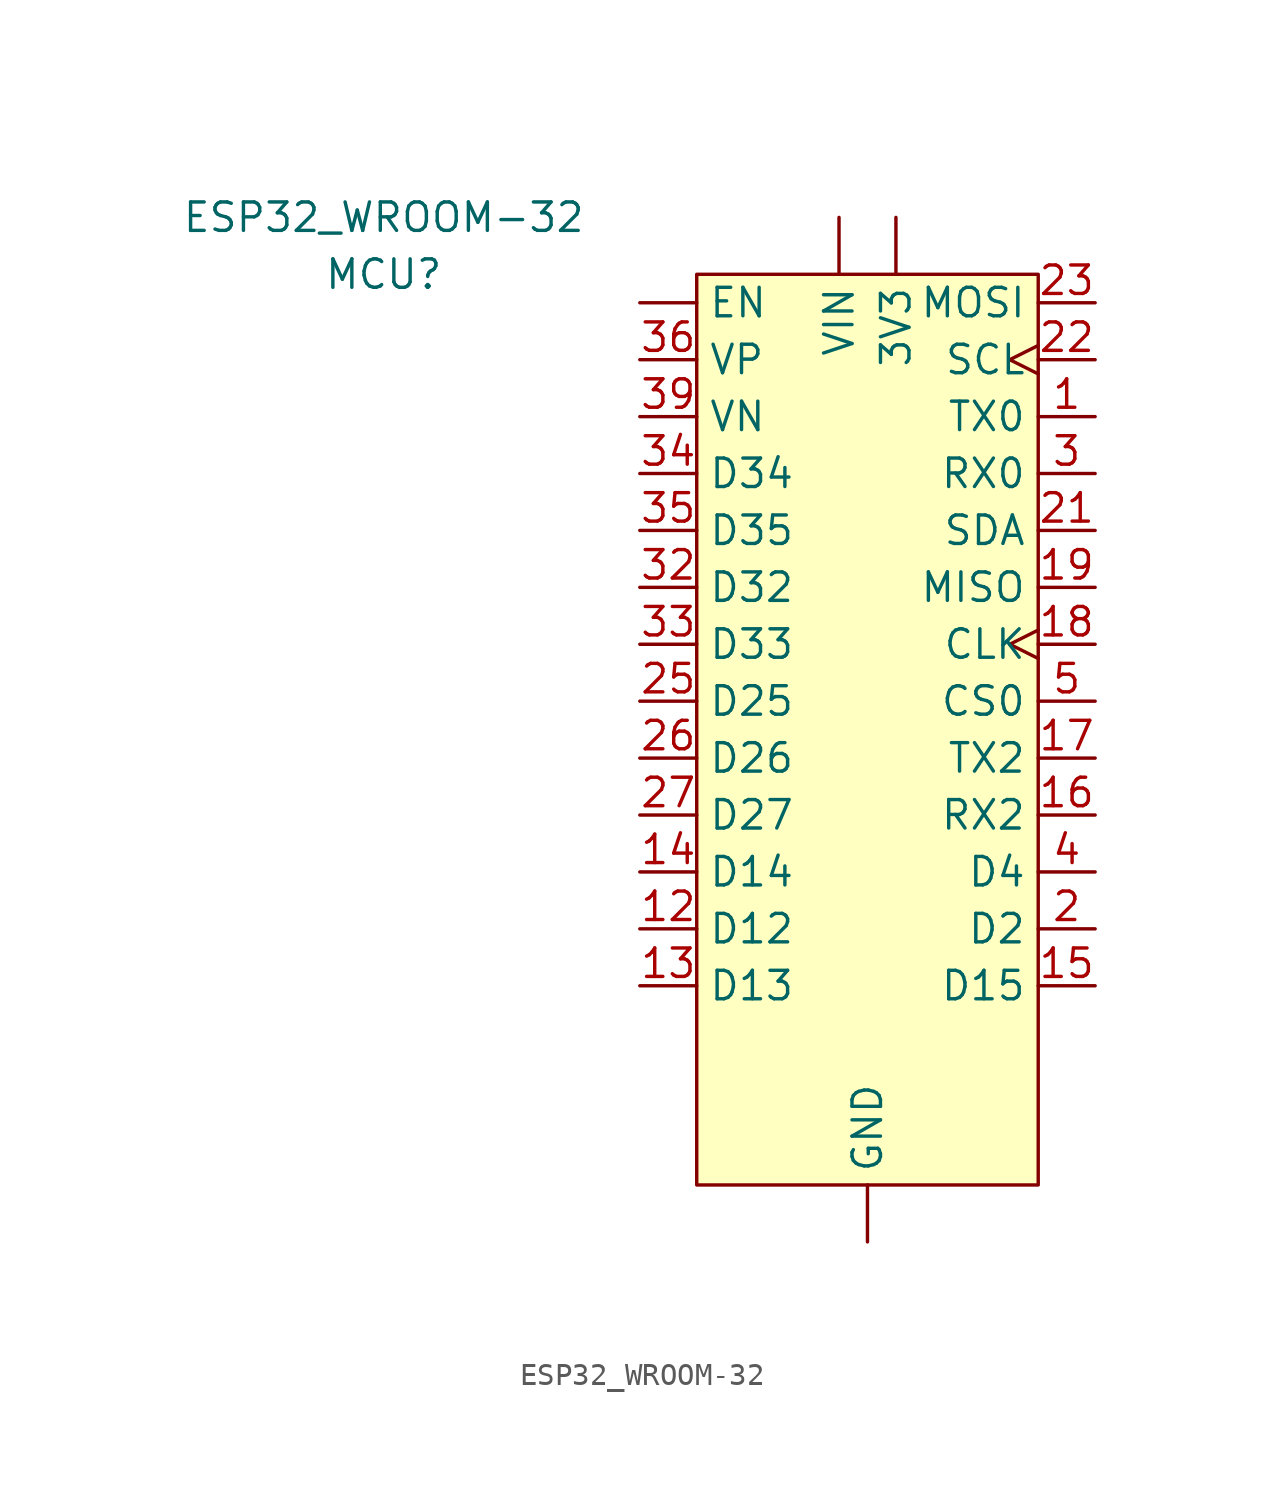
<source format=kicad_sym>
(kicad_symbol_lib
  (version 20211014)
  (generator kicad_symbol_editor)
  (symbol "ESP32_WROOM-32"
    (property "Reference" "MCU"
      (at -21.59 20.32 0)
      (effects (font (size 1.27 1.27))))
    (property "Value" "ESP32_WROOM-32"
      (at -21.59 22.86 0)
      (effects (font (size 1.27 1.27))))
    (symbol "ESP32_WROOM-32_0_1"
      (rectangle (start -7.62 20.32) (end 7.62 -20.32) (stroke (width 0) (type default) (color 0 0 0 0)) (fill (type background))))
    (symbol "ESP32_WROOM-32_1_1"
      (pin power_out line (at 1.27 22.86 270) (length 2.54) (name "3V3" (effects (font (size 1.27 1.27)))) (number "" (effects (font (size 1.27 1.27)))))
      (pin input line (at -10.16 19.05 0) (length 2.54) (name "EN" (effects (font (size 1.27 1.27)))) (number "" (effects (font (size 1.27 1.27)))))
      (pin power_in line (at 0 -22.86 90) (length 2.54) (name "GND" (effects (font (size 1.27 1.27)))) (number "" (effects (font (size 1.27 1.27)))))
      (pin power_in line (at -1.27 22.86 270) (length 2.54) (name "VIN" (effects (font (size 1.27 1.27)))) (number "" (effects (font (size 1.27 1.27)))))
      (pin bidirectional line (at 10.16 13.97 180) (length 2.54) (name "TX0" (effects (font (size 1.27 1.27)))) (number "1" (effects (font (size 1.27 1.27)))))
      (pin bidirectional line (at -10.16 -8.89 0) (length 2.54) (name "D12" (effects (font (size 1.27 1.27)))) (number "12" (effects (font (size 1.27 1.27)))))
      (pin bidirectional line (at -10.16 -11.43 0) (length 2.54) (name "D13" (effects (font (size 1.27 1.27)))) (number "13" (effects (font (size 1.27 1.27)))))
      (pin bidirectional line (at -10.16 -6.35 0) (length 2.54) (name "D14" (effects (font (size 1.27 1.27)))) (number "14" (effects (font (size 1.27 1.27)))))
      (pin bidirectional line (at 10.16 -11.43 180) (length 2.54) (name "D15" (effects (font (size 1.27 1.27)))) (number "15" (effects (font (size 1.27 1.27)))))
      (pin bidirectional line (at 10.16 -3.81 180) (length 2.54) (name "RX2" (effects (font (size 1.27 1.27)))) (number "16" (effects (font (size 1.27 1.27)))))
      (pin bidirectional line (at 10.16 -1.27 180) (length 2.54) (name "TX2" (effects (font (size 1.27 1.27)))) (number "17" (effects (font (size 1.27 1.27)))))
      (pin bidirectional clock (at 10.16 3.81 180) (length 2.54) (name "CLK" (effects (font (size 1.27 1.27)))) (number "18" (effects (font (size 1.27 1.27)))) (alternate "SCK" bidirectional clock))
      (pin bidirectional line (at 10.16 6.35 180) (length 2.54) (name "MISO" (effects (font (size 1.27 1.27)))) (number "19" (effects (font (size 1.27 1.27)))))
      (pin bidirectional line (at 10.16 -8.89 180) (length 2.54) (name "D2" (effects (font (size 1.27 1.27)))) (number "2" (effects (font (size 1.27 1.27)))))
      (pin bidirectional line (at 10.16 8.89 180) (length 2.54) (name "SDA" (effects (font (size 1.27 1.27)))) (number "21" (effects (font (size 1.27 1.27)))))
      (pin bidirectional clock (at 10.16 16.51 180) (length 2.54) (name "SCL" (effects (font (size 1.27 1.27)))) (number "22" (effects (font (size 1.27 1.27)))))
      (pin bidirectional line (at 10.16 19.05 180) (length 2.54) (name "MOSI" (effects (font (size 1.27 1.27)))) (number "23" (effects (font (size 1.27 1.27)))))
      (pin bidirectional line (at -10.16 1.27 0) (length 2.54) (name "D25" (effects (font (size 1.27 1.27)))) (number "25" (effects (font (size 1.27 1.27)))))
      (pin bidirectional line (at -10.16 -1.27 0) (length 2.54) (name "D26" (effects (font (size 1.27 1.27)))) (number "26" (effects (font (size 1.27 1.27)))))
      (pin bidirectional line (at -10.16 -3.81 0) (length 2.54) (name "D27" (effects (font (size 1.27 1.27)))) (number "27" (effects (font (size 1.27 1.27)))))
      (pin bidirectional line (at 10.16 11.43 180) (length 2.54) (name "RX0" (effects (font (size 1.27 1.27)))) (number "3" (effects (font (size 1.27 1.27)))))
      (pin bidirectional line (at -10.16 6.35 0) (length 2.54) (name "D32" (effects (font (size 1.27 1.27)))) (number "32" (effects (font (size 1.27 1.27)))))
      (pin bidirectional line (at -10.16 3.81 0) (length 2.54) (name "D33" (effects (font (size 1.27 1.27)))) (number "33" (effects (font (size 1.27 1.27)))))
      (pin bidirectional line (at -10.16 11.43 0) (length 2.54) (name "D34" (effects (font (size 1.27 1.27)))) (number "34" (effects (font (size 1.27 1.27)))))
      (pin bidirectional line (at -10.16 8.89 0) (length 2.54) (name "D35" (effects (font (size 1.27 1.27)))) (number "35" (effects (font (size 1.27 1.27)))))
      (pin bidirectional line (at -10.16 16.51 0) (length 2.54) (name "VP" (effects (font (size 1.27 1.27)))) (number "36" (effects (font (size 1.27 1.27)))))
      (pin bidirectional line (at -10.16 13.97 0) (length 2.54) (name "VN" (effects (font (size 1.27 1.27)))) (number "39" (effects (font (size 1.27 1.27)))))
      (pin bidirectional line (at 10.16 -6.35 180) (length 2.54) (name "D4" (effects (font (size 1.27 1.27)))) (number "4" (effects (font (size 1.27 1.27)))))
      (pin bidirectional line (at 10.16 1.27 180) (length 2.54) (name "CS0" (effects (font (size 1.27 1.27)))) (number "5" (effects (font (size 1.27 1.27)))) (alternate "CS" bidirectional line) (alternate "~{CS}" bidirectional line)))))
</source>
